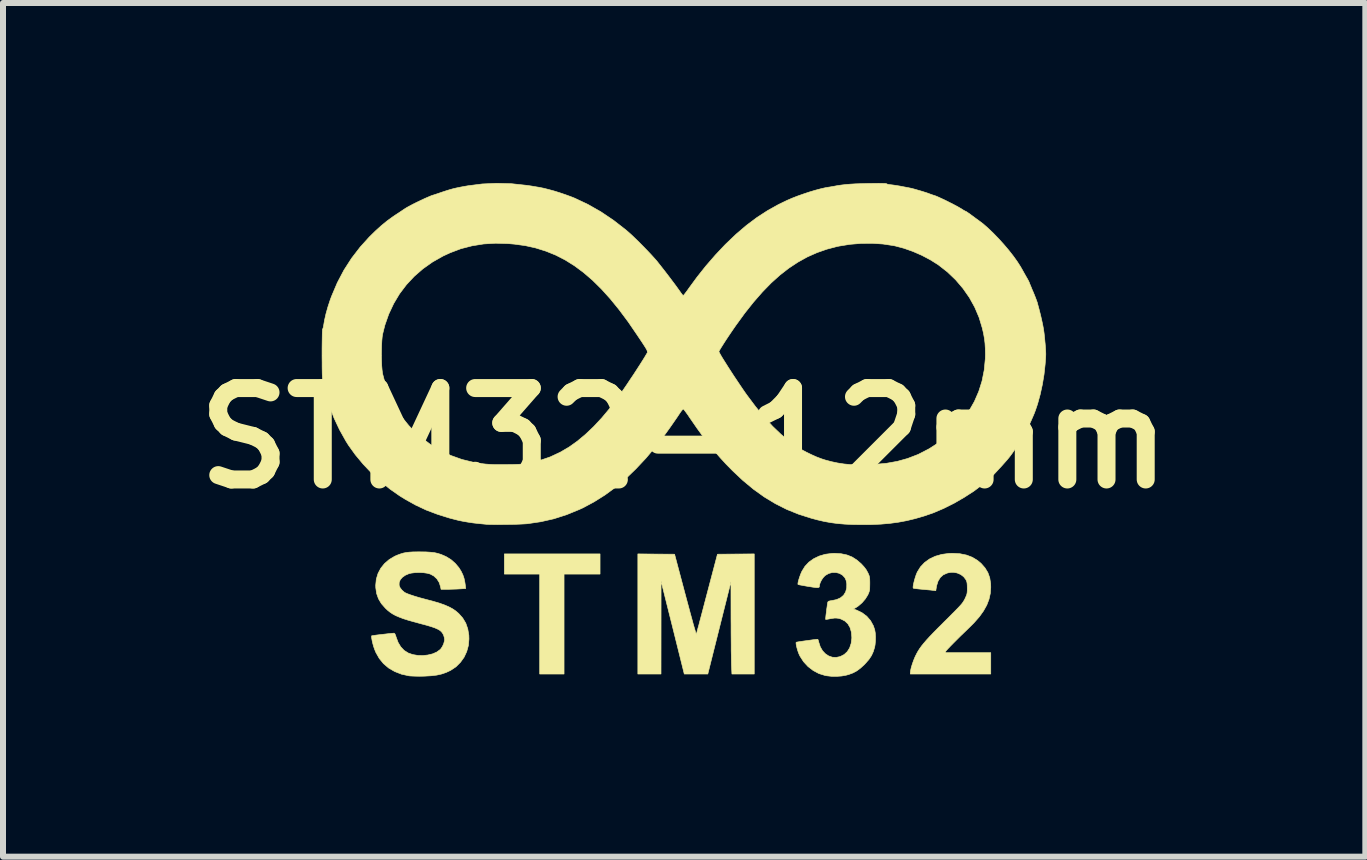
<source format=kicad_pcb>
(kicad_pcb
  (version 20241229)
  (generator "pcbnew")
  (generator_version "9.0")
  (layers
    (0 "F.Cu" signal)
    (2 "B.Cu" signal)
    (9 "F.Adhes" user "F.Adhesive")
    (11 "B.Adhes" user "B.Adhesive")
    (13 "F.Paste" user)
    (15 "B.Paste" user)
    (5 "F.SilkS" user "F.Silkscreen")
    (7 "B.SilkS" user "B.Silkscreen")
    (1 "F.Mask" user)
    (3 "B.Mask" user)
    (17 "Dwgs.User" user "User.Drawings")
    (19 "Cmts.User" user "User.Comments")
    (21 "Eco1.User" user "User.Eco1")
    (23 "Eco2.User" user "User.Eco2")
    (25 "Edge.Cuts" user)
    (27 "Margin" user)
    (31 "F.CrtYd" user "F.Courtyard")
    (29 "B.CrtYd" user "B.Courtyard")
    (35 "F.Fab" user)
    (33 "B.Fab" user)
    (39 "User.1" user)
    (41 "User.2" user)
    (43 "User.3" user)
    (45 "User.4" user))
  (footprint "STM32-12mm"
    (layer "F.Cu")
    (at 8.353 4.252)
    (property "Reference" "STM32-12mm" (at 0 0 0) (layer "F.SilkS") (effects (font (size 1.524 1.524) (thickness 0.3))))
    (attr through_hole)
    (fp_poly (pts (xy -1.402 2.266) (xy -2.002 2.266) (xy -2.002 3.932) (xy -2.408 3.932) (xy -2.408 2.266) (xy -2.997 2.266) (xy -2.997 1.93) (xy -1.402 1.93) (xy -1.402 2.266)) (stroke (width 0.01) (type solid)) (fill yes) (layer "F.SilkS"))
    (fp_poly (pts (xy 1.168 3.932) (xy 0.796 3.932) (xy 0.789 3.787) (xy 0.788 3.75) (xy 0.787 3.696) (xy 0.786 3.625) (xy 0.784 3.542) (xy 0.784 3.447) (xy 0.783 3.343) (xy 0.782 3.233) (xy 0.782 3.119) (xy 0.781 3.018) (xy 0.78 2.393) (xy 0.587 3.162) (xy 0.394 3.932) (xy 0.002 3.932) (xy -0.191 3.157) (xy -0.385 2.383) (xy -0.386 3.932) (xy -0.772 3.932) (xy -0.772 1.93) (xy -0.466 1.933) (xy -0.16 1.935) (xy 0.019 2.609) (xy 0.049 2.721) (xy 0.078 2.828) (xy 0.104 2.926) (xy 0.129 3.016) (xy 0.15 3.094) (xy 0.169 3.16) (xy 0.184 3.211) (xy 0.195 3.248) (xy 0.201 3.267) (xy 0.203 3.269) (xy 0.206 3.257) (xy 0.214 3.228) (xy 0.226 3.181) (xy 0.243 3.121) (xy 0.262 3.047) (xy 0.285 2.961) (xy 0.31 2.866) (xy 0.337 2.763) (xy 0.366 2.653) (xy 0.381 2.596) (xy 0.555 1.935) (xy 1.168 1.93) (xy 1.168 3.932)) (stroke (width 0.01) (type solid)) (fill yes) (layer "F.SilkS"))
    (fp_poly (pts (xy 4.596 1.927) (xy 4.705 1.949) (xy 4.802 1.986) (xy 4.888 2.038) (xy 4.948 2.088) (xy 5.014 2.163) (xy 5.062 2.242) (xy 5.093 2.328) (xy 5.108 2.425) (xy 5.11 2.484) (xy 5.103 2.586) (xy 5.081 2.685) (xy 5.044 2.782) (xy 4.99 2.879) (xy 4.92 2.977) (xy 4.831 3.078) (xy 4.758 3.151) (xy 4.679 3.228) (xy 4.605 3.299) (xy 4.539 3.365) (xy 4.481 3.423) (xy 4.433 3.472) (xy 4.396 3.511) (xy 4.371 3.539) (xy 4.36 3.553) (xy 4.348 3.576) (xy 5.11 3.576) (xy 5.11 3.932) (xy 3.769 3.932) (xy 3.769 3.908) (xy 3.774 3.872) (xy 3.785 3.823) (xy 3.802 3.767) (xy 3.823 3.707) (xy 3.846 3.651) (xy 3.854 3.634) (xy 3.876 3.59) (xy 3.899 3.549) (xy 3.926 3.507) (xy 3.957 3.464) (xy 3.994 3.418) (xy 4.038 3.367) (xy 4.091 3.309) (xy 4.155 3.242) (xy 4.23 3.166) (xy 4.319 3.077) (xy 4.333 3.063) (xy 4.408 2.989) (xy 4.47 2.926) (xy 4.521 2.875) (xy 4.561 2.834) (xy 4.593 2.8) (xy 4.618 2.772) (xy 4.637 2.749) (xy 4.651 2.728) (xy 4.663 2.709) (xy 4.674 2.69) (xy 4.68 2.678) (xy 4.698 2.638) (xy 4.71 2.608) (xy 4.716 2.58) (xy 4.719 2.545) (xy 4.719 2.5) (xy 4.718 2.45) (xy 4.715 2.415) (xy 4.709 2.389) (xy 4.698 2.364) (xy 4.696 2.36) (xy 4.659 2.311) (xy 4.609 2.273) (xy 4.55 2.248) (xy 4.541 2.246) (xy 4.49 2.237) (xy 4.449 2.237) (xy 4.406 2.244) (xy 4.38 2.251) (xy 4.318 2.279) (xy 4.269 2.323) (xy 4.232 2.383) (xy 4.208 2.459) (xy 4.202 2.493) (xy 4.194 2.543) (xy 4.142 2.537) (xy 4.111 2.533) (xy 4.066 2.529) (xy 4.013 2.524) (xy 3.958 2.519) (xy 3.957 2.519) (xy 3.907 2.514) (xy 3.865 2.509) (xy 3.834 2.505) (xy 3.819 2.501) (xy 3.818 2.501) (xy 3.815 2.486) (xy 3.818 2.457) (xy 3.826 2.417) (xy 3.837 2.372) (xy 3.851 2.324) (xy 3.866 2.279) (xy 3.882 2.24) (xy 3.886 2.231) (xy 3.939 2.146) (xy 4.008 2.073) (xy 4.09 2.014) (xy 4.185 1.969) (xy 4.293 1.938) (xy 4.411 1.922) (xy 4.474 1.92) (xy 4.596 1.927)) (stroke (width 0.01) (type solid)) (fill yes) (layer "F.SilkS"))
    (fp_poly (pts (xy -4.394 1.896) (xy -4.303 1.897) (xy -4.227 1.902) (xy -4.162 1.909) (xy -4.105 1.922) (xy -4.051 1.939) (xy -3.995 1.963) (xy -3.963 1.978) (xy -3.887 2.025) (xy -3.816 2.087) (xy -3.755 2.159) (xy -3.717 2.22) (xy -3.688 2.28) (xy -3.669 2.336) (xy -3.656 2.396) (xy -3.649 2.442) (xy -3.641 2.507) (xy -3.738 2.513) (xy -3.794 2.516) (xy -3.859 2.518) (xy -3.922 2.52) (xy -3.943 2.52) (xy -4.052 2.52) (xy -4.059 2.482) (xy -4.082 2.408) (xy -4.121 2.346) (xy -4.174 2.297) (xy -4.234 2.265) (xy -4.283 2.252) (xy -4.346 2.243) (xy -4.415 2.24) (xy -4.485 2.242) (xy -4.548 2.25) (xy -4.584 2.258) (xy -4.647 2.285) (xy -4.697 2.32) (xy -4.732 2.361) (xy -4.75 2.407) (xy -4.751 2.453) (xy -4.735 2.493) (xy -4.705 2.532) (xy -4.667 2.566) (xy -4.644 2.58) (xy -4.609 2.595) (xy -4.557 2.614) (xy -4.493 2.635) (xy -4.42 2.657) (xy -4.342 2.678) (xy -4.289 2.692) (xy -4.173 2.723) (xy -4.075 2.752) (xy -3.992 2.782) (xy -3.922 2.812) (xy -3.862 2.844) (xy -3.81 2.879) (xy -3.763 2.919) (xy -3.76 2.921) (xy -3.691 2.999) (xy -3.64 3.084) (xy -3.607 3.179) (xy -3.589 3.285) (xy -3.587 3.348) (xy -3.596 3.455) (xy -3.624 3.557) (xy -3.668 3.652) (xy -3.729 3.737) (xy -3.803 3.811) (xy -3.89 3.869) (xy -3.899 3.874) (xy -3.97 3.907) (xy -4.044 3.932) (xy -4.124 3.95) (xy -4.215 3.961) (xy -4.321 3.967) (xy -4.348 3.968) (xy -4.412 3.969) (xy -4.473 3.968) (xy -4.527 3.966) (xy -4.568 3.964) (xy -4.587 3.962) (xy -4.713 3.934) (xy -4.825 3.89) (xy -4.925 3.832) (xy -5.011 3.759) (xy -5.082 3.672) (xy -5.139 3.571) (xy -5.161 3.517) (xy -5.176 3.473) (xy -5.189 3.426) (xy -5.2 3.38) (xy -5.207 3.34) (xy -5.211 3.311) (xy -5.209 3.296) (xy -5.209 3.295) (xy -5.198 3.293) (xy -5.17 3.289) (xy -5.131 3.283) (xy -5.082 3.277) (xy -5.03 3.271) (xy -4.976 3.265) (xy -4.926 3.259) (xy -4.882 3.255) (xy -4.85 3.252) (xy -4.835 3.251) (xy -4.823 3.26) (xy -4.81 3.286) (xy -4.802 3.313) (xy -4.768 3.405) (xy -4.723 3.48) (xy -4.667 3.539) (xy -4.6 3.581) (xy -4.599 3.582) (xy -4.523 3.608) (xy -4.44 3.622) (xy -4.355 3.624) (xy -4.272 3.615) (xy -4.193 3.596) (xy -4.124 3.566) (xy -4.069 3.526) (xy -4.057 3.514) (xy -4.03 3.475) (xy -4.008 3.427) (xy -3.995 3.378) (xy -3.993 3.357) (xy -3.998 3.322) (xy -4.01 3.283) (xy -4.016 3.271) (xy -4.031 3.245) (xy -4.051 3.222) (xy -4.077 3.201) (xy -4.112 3.182) (xy -4.157 3.162) (xy -4.216 3.142) (xy -4.289 3.12) (xy -4.38 3.096) (xy -4.394 3.092) (xy -4.508 3.061) (xy -4.604 3.034) (xy -4.685 3.008) (xy -4.753 2.982) (xy -4.811 2.957) (xy -4.86 2.93) (xy -4.903 2.901) (xy -4.943 2.869) (xy -4.979 2.835) (xy -5.047 2.758) (xy -5.095 2.677) (xy -5.126 2.59) (xy -5.14 2.494) (xy -5.141 2.451) (xy -5.131 2.35) (xy -5.102 2.255) (xy -5.056 2.168) (xy -4.994 2.091) (xy -4.916 2.024) (xy -4.824 1.969) (xy -4.775 1.948) (xy -4.726 1.93) (xy -4.68 1.916) (xy -4.634 1.907) (xy -4.583 1.901) (xy -4.523 1.897) (xy -4.449 1.896) (xy -4.394 1.896)) (stroke (width 0.01) (type solid)) (fill yes) (layer "F.SilkS"))
    (fp_poly (pts (xy 2.616 1.927) (xy 2.712 1.947) (xy 2.798 1.981) (xy 2.877 2.031) (xy 2.949 2.093) (xy 2.997 2.145) (xy 3.033 2.192) (xy 3.059 2.239) (xy 3.061 2.242) (xy 3.075 2.273) (xy 3.085 2.299) (xy 3.09 2.325) (xy 3.093 2.358) (xy 3.094 2.402) (xy 3.094 2.428) (xy 3.093 2.48) (xy 3.092 2.517) (xy 3.088 2.544) (xy 3.08 2.569) (xy 3.069 2.596) (xy 3.06 2.615) (xy 3.019 2.681) (xy 2.965 2.744) (xy 2.904 2.797) (xy 2.87 2.82) (xy 2.822 2.848) (xy 2.877 2.868) (xy 2.967 2.912) (xy 3.044 2.97) (xy 3.106 3.042) (xy 3.153 3.127) (xy 3.176 3.195) (xy 3.185 3.247) (xy 3.189 3.311) (xy 3.188 3.379) (xy 3.182 3.444) (xy 3.175 3.484) (xy 3.152 3.559) (xy 3.122 3.625) (xy 3.08 3.688) (xy 3.024 3.752) (xy 3.003 3.775) (xy 2.938 3.834) (xy 2.878 3.879) (xy 2.815 3.913) (xy 2.745 3.939) (xy 2.698 3.952) (xy 2.625 3.965) (xy 2.54 3.971) (xy 2.454 3.97) (xy 2.374 3.961) (xy 2.348 3.956) (xy 2.245 3.924) (xy 2.15 3.873) (xy 2.064 3.807) (xy 1.99 3.727) (xy 1.931 3.635) (xy 1.919 3.611) (xy 1.904 3.575) (xy 1.89 3.533) (xy 1.878 3.49) (xy 1.869 3.451) (xy 1.865 3.421) (xy 1.866 3.404) (xy 1.867 3.403) (xy 1.878 3.4) (xy 1.906 3.395) (xy 1.945 3.389) (xy 1.993 3.382) (xy 2.045 3.375) (xy 2.097 3.368) (xy 2.146 3.361) (xy 2.186 3.356) (xy 2.215 3.353) (xy 2.227 3.353) (xy 2.232 3.362) (xy 2.24 3.385) (xy 2.244 3.404) (xy 2.269 3.48) (xy 2.306 3.544) (xy 2.354 3.595) (xy 2.409 3.631) (xy 2.47 3.652) (xy 2.535 3.655) (xy 2.601 3.641) (xy 2.665 3.608) (xy 2.667 3.607) (xy 2.719 3.559) (xy 2.758 3.497) (xy 2.783 3.422) (xy 2.794 3.336) (xy 2.794 3.317) (xy 2.786 3.23) (xy 2.764 3.156) (xy 2.728 3.095) (xy 2.678 3.048) (xy 2.615 3.016) (xy 2.579 3.005) (xy 2.543 3) (xy 2.509 2.999) (xy 2.468 3.005) (xy 2.442 3.009) (xy 2.405 3.016) (xy 2.375 3.021) (xy 2.359 3.022) (xy 2.358 3.021) (xy 2.358 3.011) (xy 2.36 2.985) (xy 2.364 2.947) (xy 2.37 2.902) (xy 2.375 2.855) (xy 2.382 2.81) (xy 2.387 2.771) (xy 2.392 2.742) (xy 2.393 2.737) (xy 2.399 2.725) (xy 2.412 2.717) (xy 2.439 2.711) (xy 2.461 2.708) (xy 2.541 2.691) (xy 2.607 2.661) (xy 2.657 2.619) (xy 2.691 2.564) (xy 2.709 2.498) (xy 2.71 2.427) (xy 2.698 2.368) (xy 2.678 2.326) (xy 2.638 2.283) (xy 2.587 2.254) (xy 2.53 2.24) (xy 2.469 2.24) (xy 2.409 2.256) (xy 2.355 2.287) (xy 2.346 2.294) (xy 2.317 2.325) (xy 2.29 2.364) (xy 2.269 2.406) (xy 2.257 2.442) (xy 2.255 2.454) (xy 2.254 2.471) (xy 2.25 2.483) (xy 2.239 2.49) (xy 2.22 2.492) (xy 2.189 2.49) (xy 2.144 2.484) (xy 2.082 2.474) (xy 2.072 2.473) (xy 2.016 2.463) (xy 1.967 2.454) (xy 1.928 2.447) (xy 1.904 2.441) (xy 1.897 2.439) (xy 1.896 2.426) (xy 1.9 2.398) (xy 1.91 2.36) (xy 1.924 2.316) (xy 1.94 2.271) (xy 1.958 2.229) (xy 1.964 2.217) (xy 2.014 2.136) (xy 2.079 2.067) (xy 2.159 2.01) (xy 2.25 1.966) (xy 2.352 1.936) (xy 2.461 1.922) (xy 2.506 1.92) (xy 2.616 1.927)) (stroke (width 0.01) (type solid)) (fill yes) (layer "F.SilkS"))
    (fp_poly (pts (xy -2.876 -4.24) (xy -2.625 -4.213) (xy -2.543 -4.201) (xy -2.497 -4.193) (xy -2.455 -4.186) (xy -2.423 -4.181) (xy -2.413 -4.179) (xy -2.343 -4.165) (xy -2.26 -4.144) (xy -2.168 -4.119) (xy -2.072 -4.089) (xy -1.978 -4.057) (xy -1.89 -4.025) (xy -1.829 -4.001) (xy -1.606 -3.896) (xy -1.388 -3.772) (xy -1.177 -3.63) (xy -0.974 -3.472) (xy -0.94 -3.443) (xy -0.887 -3.396) (xy -0.824 -3.336) (xy -0.755 -3.269) (xy -0.684 -3.197) (xy -0.614 -3.125) (xy -0.548 -3.055) (xy -0.491 -2.992) (xy -0.454 -2.95) (xy -0.425 -2.913) (xy -0.387 -2.865) (xy -0.343 -2.809) (xy -0.295 -2.747) (xy -0.246 -2.683) (xy -0.198 -2.619) (xy -0.152 -2.558) (xy -0.112 -2.503) (xy -0.079 -2.457) (xy -0.055 -2.423) (xy -0.05 -2.416) (xy -0.033 -2.393) (xy -0.019 -2.379) (xy -0.015 -2.378) (xy -0.006 -2.385) (xy 0.012 -2.407) (xy 0.037 -2.44) (xy 0.067 -2.481) (xy 0.08 -2.5) (xy 0.215 -2.684) (xy 0.362 -2.869) (xy 0.518 -3.049) (xy 0.676 -3.217) (xy 0.696 -3.237) (xy 0.867 -3.4) (xy 1.038 -3.546) (xy 1.21 -3.675) (xy 1.387 -3.79) (xy 1.571 -3.893) (xy 1.714 -3.962) (xy 1.797 -3.998) (xy 1.889 -4.034) (xy 1.988 -4.069) (xy 2.087 -4.102) (xy 2.184 -4.131) (xy 2.274 -4.155) (xy 2.352 -4.173) (xy 2.398 -4.181) (xy 2.437 -4.187) (xy 2.481 -4.195) (xy 2.494 -4.197) (xy 2.563 -4.21) (xy 2.629 -4.219) (xy 2.698 -4.227) (xy 2.773 -4.233) (xy 2.857 -4.238) (xy 2.954 -4.241) (xy 3.066 -4.244) (xy 3.162 -4.245) (xy 3.241 -4.246) (xy 3.302 -4.245) (xy 3.345 -4.244) (xy 3.368 -4.242) (xy 3.373 -4.239) (xy 3.382 -4.234) (xy 3.407 -4.228) (xy 3.441 -4.223) (xy 3.444 -4.223) (xy 3.485 -4.218) (xy 3.538 -4.21) (xy 3.594 -4.201) (xy 3.624 -4.195) (xy 3.672 -4.186) (xy 3.714 -4.178) (xy 3.746 -4.172) (xy 3.759 -4.169) (xy 3.789 -4.163) (xy 3.834 -4.151) (xy 3.886 -4.136) (xy 3.942 -4.12) (xy 3.997 -4.103) (xy 4.044 -4.088) (xy 4.072 -4.078) (xy 4.112 -4.063) (xy 4.15 -4.05) (xy 4.176 -4.042) (xy 4.203 -4.032) (xy 4.244 -4.014) (xy 4.296 -3.99) (xy 4.354 -3.963) (xy 4.415 -3.932) (xy 4.475 -3.902) (xy 4.53 -3.873) (xy 4.577 -3.847) (xy 4.611 -3.827) (xy 4.612 -3.827) (xy 4.646 -3.805) (xy 4.674 -3.789) (xy 4.691 -3.78) (xy 4.693 -3.78) (xy 4.705 -3.774) (xy 4.728 -3.758) (xy 4.761 -3.736) (xy 4.787 -3.716) (xy 4.827 -3.687) (xy 4.864 -3.659) (xy 4.894 -3.638) (xy 4.906 -3.629) (xy 4.982 -3.572) (xy 5.064 -3.5) (xy 5.151 -3.417) (xy 5.24 -3.325) (xy 5.327 -3.229) (xy 5.411 -3.13) (xy 5.487 -3.033) (xy 5.554 -2.939) (xy 5.609 -2.853) (xy 5.62 -2.833) (xy 5.638 -2.802) (xy 5.661 -2.76) (xy 5.687 -2.714) (xy 5.699 -2.693) (xy 5.721 -2.655) (xy 5.738 -2.624) (xy 5.748 -2.603) (xy 5.751 -2.597) (xy 5.754 -2.586) (xy 5.765 -2.56) (xy 5.781 -2.522) (xy 5.8 -2.475) (xy 5.812 -2.448) (xy 5.835 -2.393) (xy 5.856 -2.34) (xy 5.873 -2.294) (xy 5.885 -2.261) (xy 5.887 -2.252) (xy 5.917 -2.141) (xy 5.941 -2.046) (xy 5.96 -1.963) (xy 5.976 -1.888) (xy 5.989 -1.818) (xy 5.999 -1.748) (xy 6.007 -1.676) (xy 6.014 -1.597) (xy 6.016 -1.58) (xy 6.021 -1.518) (xy 6.024 -1.471) (xy 6.026 -1.434) (xy 6.027 -1.401) (xy 6.026 -1.367) (xy 6.024 -1.327) (xy 6.02 -1.276) (xy 6.016 -1.226) (xy 5.998 -1.062) (xy 5.97 -0.893) (xy 5.934 -0.728) (xy 5.891 -0.571) (xy 5.857 -0.47) (xy 5.836 -0.414) (xy 5.807 -0.346) (xy 5.775 -0.273) (xy 5.741 -0.2) (xy 5.709 -0.133) (xy 5.679 -0.076) (xy 5.668 -0.056) (xy 5.635 0.000403) (xy 5.595 0.064) (xy 5.552 0.131) (xy 5.508 0.195) (xy 5.467 0.254) (xy 5.432 0.301) (xy 5.418 0.319) (xy 5.382 0.363) (xy 5.337 0.414) (xy 5.287 0.47) (xy 5.236 0.525) (xy 5.188 0.577) (xy 5.146 0.621) (xy 5.113 0.653) (xy 4.981 0.769) (xy 4.832 0.881) (xy 4.67 0.986) (xy 4.501 1.084) (xy 4.327 1.171) (xy 4.154 1.245) (xy 3.997 1.299) (xy 3.849 1.342) (xy 3.708 1.376) (xy 3.569 1.402) (xy 3.427 1.421) (xy 3.278 1.434) (xy 3.118 1.441) (xy 2.957 1.442) (xy 2.81 1.44) (xy 2.68 1.434) (xy 2.56 1.424) (xy 2.446 1.409) (xy 2.334 1.389) (xy 2.218 1.362) (xy 2.114 1.334) (xy 1.907 1.268) (xy 1.709 1.188) (xy 1.519 1.092) (xy 1.334 0.98) (xy 1.154 0.851) (xy 0.976 0.703) (xy 0.807 0.544) (xy 0.7 0.435) (xy 0.6 0.326) (xy 0.504 0.215) (xy 0.409 0.098) (xy 0.313 -0.028) (xy 0.214 -0.165) (xy 0.109 -0.317) (xy 0.093 -0.34) (xy 0.061 -0.388) (xy 0.032 -0.428) (xy 0.008 -0.46) (xy -0.008 -0.48) (xy -0.014 -0.485) (xy -0.024 -0.478) (xy -0.042 -0.458) (xy -0.064 -0.428) (xy -0.07 -0.419) (xy -0.12 -0.344) (xy -0.178 -0.26) (xy -0.24 -0.171) (xy -0.304 -0.082) (xy -0.366 0.002) (xy -0.423 0.077) (xy -0.467 0.132) (xy -0.636 0.333) (xy -0.805 0.513) (xy -0.974 0.676) (xy -1.146 0.821) (xy -1.321 0.949) (xy -1.501 1.062) (xy -1.685 1.161) (xy -1.751 1.191) (xy -1.961 1.277) (xy -2.174 1.345) (xy -2.391 1.394) (xy -2.616 1.427) (xy -2.66 1.43) (xy -2.719 1.433) (xy -2.79 1.436) (xy -2.868 1.438) (xy -2.951 1.439) (xy -3.035 1.44) (xy -3.114 1.441) (xy -3.186 1.44) (xy -3.247 1.439) (xy -3.292 1.437) (xy -3.302 1.436) (xy -3.416 1.425) (xy -3.515 1.414) (xy -3.602 1.401) (xy -3.683 1.387) (xy -3.762 1.371) (xy -3.844 1.35) (xy -3.917 1.331) (xy -4.114 1.269) (xy -4.299 1.199) (xy -4.476 1.116) (xy -4.65 1.019) (xy -4.742 0.962) (xy -4.902 0.85) (xy -5.059 0.722) (xy -5.21 0.582) (xy -5.351 0.433) (xy -5.48 0.278) (xy -5.593 0.121) (xy -5.637 0.051) (xy -5.744 -0.14) (xy -5.835 -0.333) (xy -5.909 -0.527) (xy -5.966 -0.719) (xy -5.995 -0.849) (xy -6.004 -0.896) (xy -6.013 -0.937) (xy -6.021 -0.966) (xy -6.026 -0.98) (xy -6.026 -0.98) (xy -6.028 -0.992) (xy -6.03 -1.021) (xy -6.032 -1.066) (xy -6.033 -1.122) (xy -6.034 -1.188) (xy -6.034 -1.262) (xy -6.035 -1.339) (xy -6.035 -1.373) (xy -5.046 -1.373) (xy -5.044 -1.287) (xy -5.041 -1.207) (xy -5.035 -1.137) (xy -5.028 -1.082) (xy -5.025 -1.067) (xy -4.974 -0.876) (xy -4.905 -0.695) (xy -4.819 -0.524) (xy -4.715 -0.364) (xy -4.594 -0.214) (xy -4.538 -0.154) (xy -4.39 -0.017) (xy -4.232 0.103) (xy -4.065 0.206) (xy -3.888 0.29) (xy -3.704 0.356) (xy -3.512 0.403) (xy -3.402 0.421) (xy -3.351 0.428) (xy -3.307 0.433) (xy -3.265 0.436) (xy -3.221 0.439) (xy -3.172 0.441) (xy -3.114 0.441) (xy -3.044 0.441) (xy -2.958 0.441) (xy -2.941 0.441) (xy -2.856 0.44) (xy -2.786 0.438) (xy -2.728 0.435) (xy -2.677 0.43) (xy -2.629 0.423) (xy -2.601 0.418) (xy -2.413 0.375) (xy -2.234 0.314) (xy -2.063 0.234) (xy -1.915 0.147) (xy -1.782 0.052) (xy -1.646 -0.061) (xy -1.509 -0.191) (xy -1.373 -0.337) (xy -1.239 -0.497) (xy -1.148 -0.615) (xy -1.11 -0.668) (xy -1.064 -0.734) (xy -1.012 -0.809) (xy -0.956 -0.891) (xy -0.899 -0.977) (xy -0.841 -1.063) (xy -0.786 -1.148) (xy -0.735 -1.227) (xy -0.69 -1.298) (xy -0.653 -1.358) (xy -0.629 -1.399) (xy -0.621 -1.412) (xy -0.615 -1.422) (xy -0.612 -1.432) (xy -0.613 -1.442) (xy 0.579 -1.442) (xy 0.585 -1.428) (xy 0.6 -1.4) (xy 0.624 -1.358) (xy 0.656 -1.306) (xy 0.694 -1.246) (xy 0.736 -1.179) (xy 0.782 -1.108) (xy 0.83 -1.034) (xy 0.879 -0.961) (xy 0.927 -0.889) (xy 0.973 -0.821) (xy 1.015 -0.76) (xy 1.048 -0.714) (xy 1.191 -0.523) (xy 1.333 -0.351) (xy 1.474 -0.197) (xy 1.615 -0.062) (xy 1.755 0.055) (xy 1.88 0.145) (xy 1.95 0.188) (xy 2.032 0.232) (xy 2.12 0.275) (xy 2.207 0.314) (xy 2.289 0.345) (xy 2.347 0.364) (xy 2.456 0.393) (xy 2.56 0.415) (xy 2.663 0.431) (xy 2.77 0.441) (xy 2.884 0.445) (xy 3.009 0.444) (xy 3.148 0.439) (xy 3.185 0.437) (xy 3.376 0.419) (xy 3.554 0.387) (xy 3.723 0.34) (xy 3.887 0.277) (xy 3.908 0.268) (xy 4.084 0.177) (xy 4.25 0.07) (xy 4.403 -0.054) (xy 4.544 -0.192) (xy 4.671 -0.344) (xy 4.747 -0.452) (xy 4.837 -0.61) (xy 4.91 -0.778) (xy 4.965 -0.953) (xy 5.001 -1.134) (xy 5.019 -1.321) (xy 5.021 -1.397) (xy 5.019 -1.496) (xy 5.014 -1.582) (xy 5.004 -1.663) (xy 4.989 -1.747) (xy 4.968 -1.837) (xy 4.915 -2.012) (xy 4.843 -2.181) (xy 4.754 -2.342) (xy 4.647 -2.495) (xy 4.525 -2.638) (xy 4.388 -2.769) (xy 4.237 -2.887) (xy 4.23 -2.892) (xy 4.102 -2.972) (xy 3.962 -3.046) (xy 3.813 -3.111) (xy 3.663 -3.164) (xy 3.516 -3.203) (xy 3.485 -3.209) (xy 3.314 -3.235) (xy 3.133 -3.247) (xy 2.948 -3.245) (xy 2.764 -3.23) (xy 2.586 -3.201) (xy 2.55 -3.194) (xy 2.379 -3.149) (xy 2.213 -3.091) (xy 2.053 -3.02) (xy 1.898 -2.934) (xy 1.746 -2.834) (xy 1.597 -2.718) (xy 1.45 -2.586) (xy 1.304 -2.436) (xy 1.158 -2.269) (xy 1.01 -2.083) (xy 0.861 -1.878) (xy 0.827 -1.829) (xy 0.777 -1.756) (xy 0.73 -1.686) (xy 0.687 -1.621) (xy 0.65 -1.563) (xy 0.619 -1.514) (xy 0.596 -1.476) (xy 0.582 -1.451) (xy 0.579 -1.442) (xy -0.613 -1.442) (xy -0.613 -1.444) (xy -0.618 -1.46) (xy -0.629 -1.482) (xy -0.646 -1.511) (xy -0.671 -1.55) (xy -0.704 -1.601) (xy -0.747 -1.665) (xy -0.782 -1.717) (xy -0.933 -1.938) (xy -1.083 -2.139) (xy -1.231 -2.321) (xy -1.379 -2.485) (xy -1.527 -2.631) (xy -1.677 -2.76) (xy -1.828 -2.872) (xy -1.983 -2.969) (xy -2.141 -3.05) (xy -2.304 -3.116) (xy -2.473 -3.169) (xy -2.647 -3.208) (xy -2.829 -3.233) (xy -2.934 -3.242) (xy -3.143 -3.248) (xy -3.343 -3.236) (xy -3.535 -3.205) (xy -3.721 -3.157) (xy -3.901 -3.089) (xy -4.018 -3.035) (xy -4.193 -2.936) (xy -4.353 -2.823) (xy -4.498 -2.697) (xy -4.629 -2.557) (xy -4.744 -2.405) (xy -4.842 -2.241) (xy -4.924 -2.066) (xy -4.989 -1.881) (xy -5.025 -1.737) (xy -5.033 -1.688) (xy -5.039 -1.622) (xy -5.043 -1.545) (xy -5.045 -1.461) (xy -5.046 -1.373) (xy -6.035 -1.373) (xy -6.035 -1.419) (xy -6.035 -1.498) (xy -6.034 -1.574) (xy -6.033 -1.644) (xy -6.032 -1.706) (xy -6.031 -1.757) (xy -6.029 -1.794) (xy -6.028 -1.815) (xy -6.026 -1.819) (xy -6.02 -1.828) (xy -6.014 -1.851) (xy -6.01 -1.872) (xy -5.994 -1.966) (xy -5.97 -2.072) (xy -5.938 -2.186) (xy -5.9 -2.302) (xy -5.877 -2.364) (xy -5.782 -2.588) (xy -5.671 -2.799) (xy -5.543 -2.998) (xy -5.399 -3.185) (xy -5.249 -3.351) (xy -5.146 -3.452) (xy -5.049 -3.54) (xy -4.954 -3.618) (xy -4.855 -3.69) (xy -4.806 -3.723) (xy -4.76 -3.753) (xy -4.715 -3.783) (xy -4.678 -3.808) (xy -4.654 -3.824) (xy -4.62 -3.845) (xy -4.572 -3.871) (xy -4.514 -3.902) (xy -4.449 -3.934) (xy -4.384 -3.965) (xy -4.32 -3.995) (xy -4.262 -4.02) (xy -4.215 -4.04) (xy -4.186 -4.05) (xy -4.171 -4.054) (xy -4.141 -4.064) (xy -4.099 -4.078) (xy -4.05 -4.095) (xy -4.023 -4.104) (xy -3.959 -4.125) (xy -3.903 -4.142) (xy -3.849 -4.157) (xy -3.793 -4.17) (xy -3.73 -4.183) (xy -3.654 -4.197) (xy -3.602 -4.206) (xy -3.366 -4.236) (xy -3.124 -4.247) (xy -2.876 -4.24)) (stroke (width 0.01) (type solid)) (fill yes) (layer "F.SilkS")))
  (gr_rect
    (start -3 -3)
    (end 19.706 11.228)
    (stroke (width 0.1) (type default))
    (fill no)
    (layer "Edge.Cuts")))
</source>
